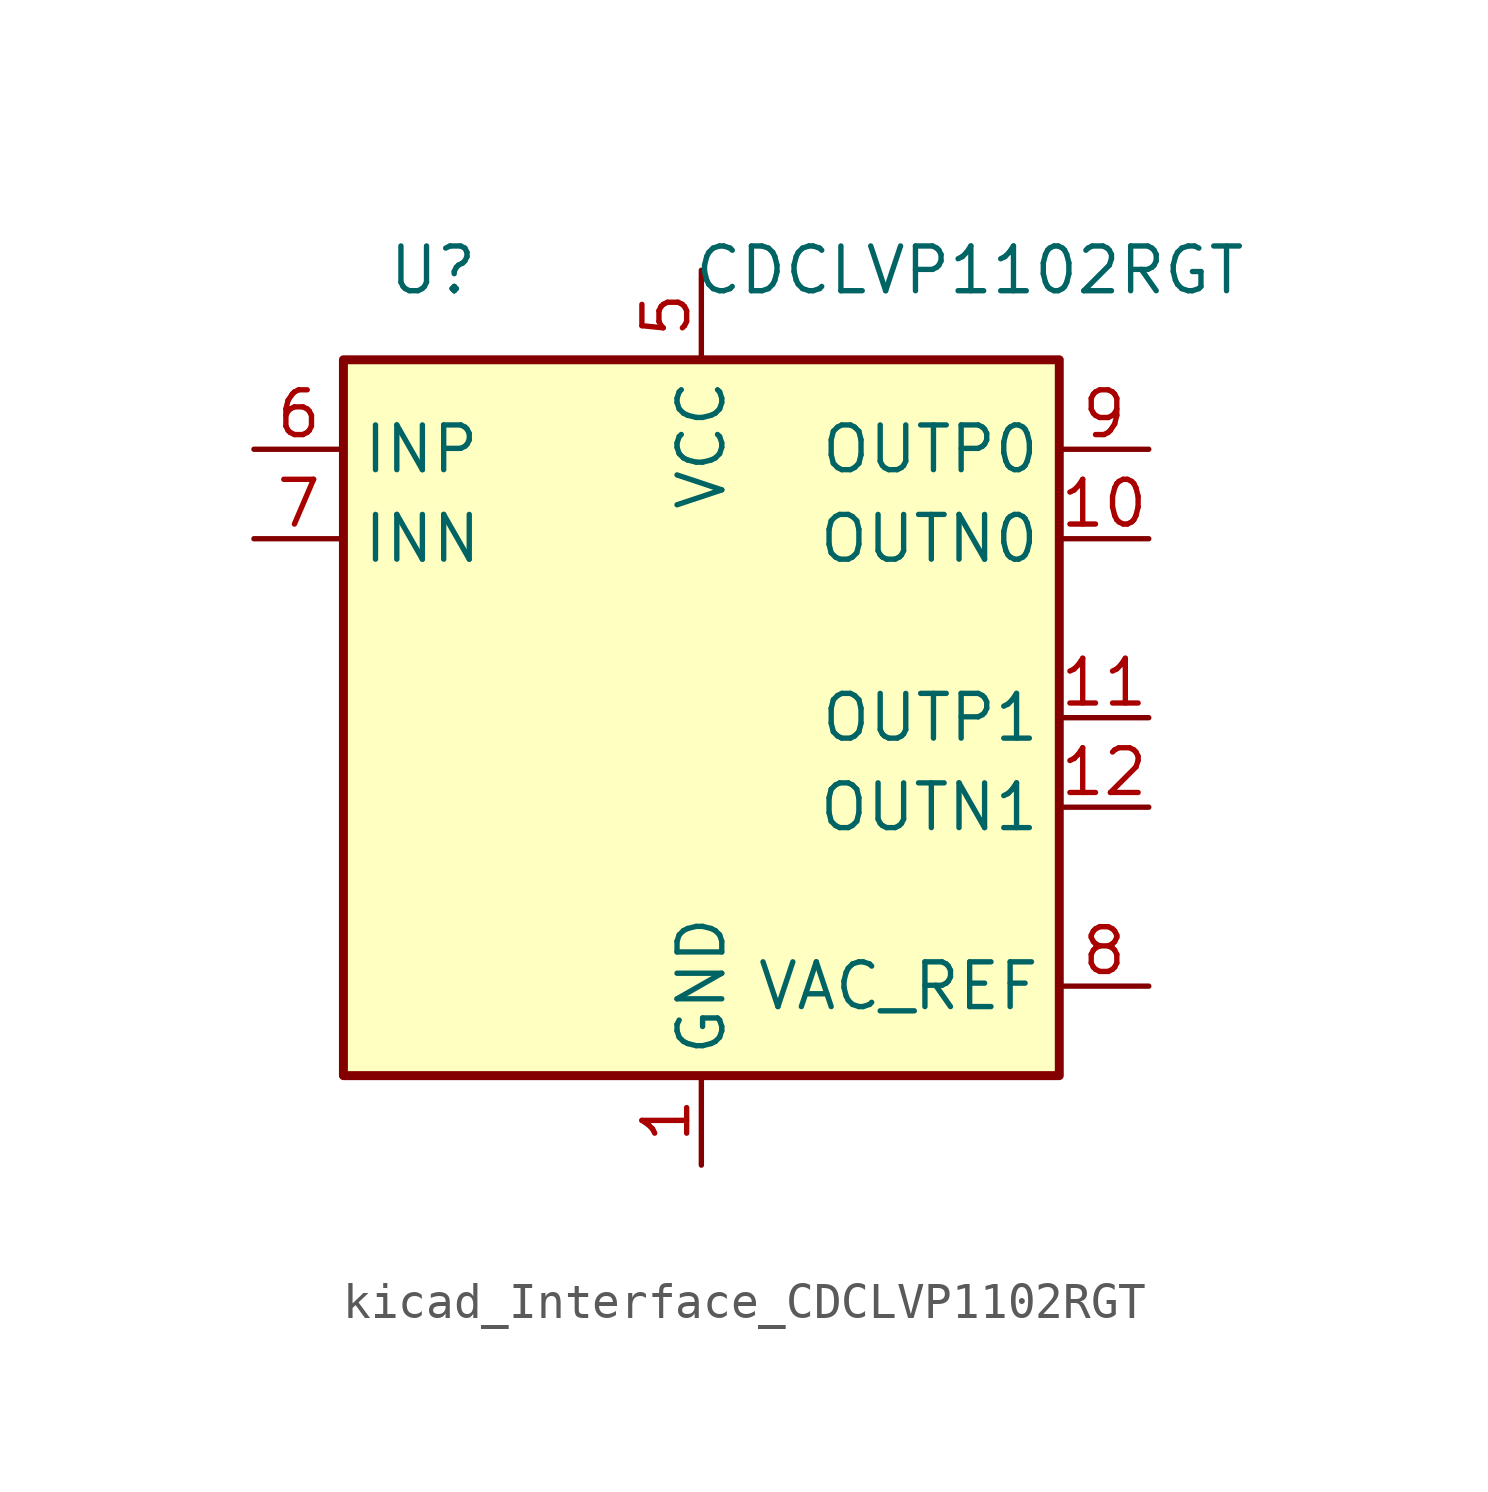
<source format=kicad_sym>
(kicad_symbol_lib
  (version 20220914)
  (generator kicad_symbol_editor)
  (symbol "kicad_Interface_CDCLVP1102RGT"
    (property "Reference" "U"
      (at -7.62 12.7 0)
      (effects (font (size 1.27 1.27))))
    (property "Value" "CDCLVP1102RGT"
      (at 7.62 12.7 0)
      (effects (font (size 1.27 1.27))))
    (symbol "kicad_Interface_CDCLVP1102RGT_0_0"
      (pin power_in line (at 0 -12.7 90) (length 2.54) (name "GND" (effects (font (size 1.27 1.27)))) (number "1" (effects (font (size 1.27 1.27)))))
      (pin output line (at 12.7 5.08 180) (length 2.54) (name "OUTN0" (effects (font (size 1.27 1.27)))) (number "10" (effects (font (size 1.27 1.27)))))
      (pin output line (at 12.7 0 180) (length 2.54) (name "OUTP1" (effects (font (size 1.27 1.27)))) (number "11" (effects (font (size 1.27 1.27)))))
      (pin output line (at 12.7 -2.54 180) (length 2.54) (name "OUTN1" (effects (font (size 1.27 1.27)))) (number "12" (effects (font (size 1.27 1.27)))))
      (pin no_connect line (at -10.16 -5.08 0) (length 2.54) hide (name "NC" (effects (font (size 1.27 1.27)))) (number "13" (effects (font (size 1.27 1.27)))))
      (pin no_connect line (at 10.16 2.54 180) (length 2.54) hide (name "NC" (effects (font (size 1.27 1.27)))) (number "14" (effects (font (size 1.27 1.27)))))
      (pin no_connect line (at 10.16 -5.08 180) (length 2.54) hide (name "NC" (effects (font (size 1.27 1.27)))) (number "15" (effects (font (size 1.27 1.27)))))
      (pin passive line (at 0 -12.7 90) (length 2.54) hide (name "GND" (effects (font (size 1.27 1.27)))) (number "16" (effects (font (size 1.27 1.27)))))
      (pin passive line (at 0 -12.7 90) (length 2.54) hide (name "GND" (effects (font (size 1.27 1.27)))) (number "17" (effects (font (size 1.27 1.27)))))
      (pin no_connect line (at -10.16 2.54 0) (length 2.54) hide (name "NC" (effects (font (size 1.27 1.27)))) (number "2" (effects (font (size 1.27 1.27)))))
      (pin no_connect line (at -10.16 0 0) (length 2.54) hide (name "NC" (effects (font (size 1.27 1.27)))) (number "3" (effects (font (size 1.27 1.27)))))
      (pin no_connect line (at -10.16 -2.54 0) (length 2.54) hide (name "NC" (effects (font (size 1.27 1.27)))) (number "4" (effects (font (size 1.27 1.27)))))
      (pin power_in line (at 0 12.7 270) (length 2.54) (name "VCC" (effects (font (size 1.27 1.27)))) (number "5" (effects (font (size 1.27 1.27)))))
      (pin input line (at -12.7 7.62 0) (length 2.54) (name "INP" (effects (font (size 1.27 1.27)))) (number "6" (effects (font (size 1.27 1.27)))))
      (pin input line (at -12.7 5.08 0) (length 2.54) (name "INN" (effects (font (size 1.27 1.27)))) (number "7" (effects (font (size 1.27 1.27)))))
      (pin output line (at 12.7 -7.62 180) (length 2.54) (name "VAC_REF" (effects (font (size 1.27 1.27)))) (number "8" (effects (font (size 1.27 1.27)))))
      (pin output line (at 12.7 7.62 180) (length 2.54) (name "OUTP0" (effects (font (size 1.27 1.27)))) (number "9" (effects (font (size 1.27 1.27))))))
    (symbol "kicad_Interface_CDCLVP1102RGT_0_1"
      (rectangle (start -10.16 10.16) (end 10.16 -10.16) (stroke (width 0.254) (type default)) (fill (type background))))))
</source>
